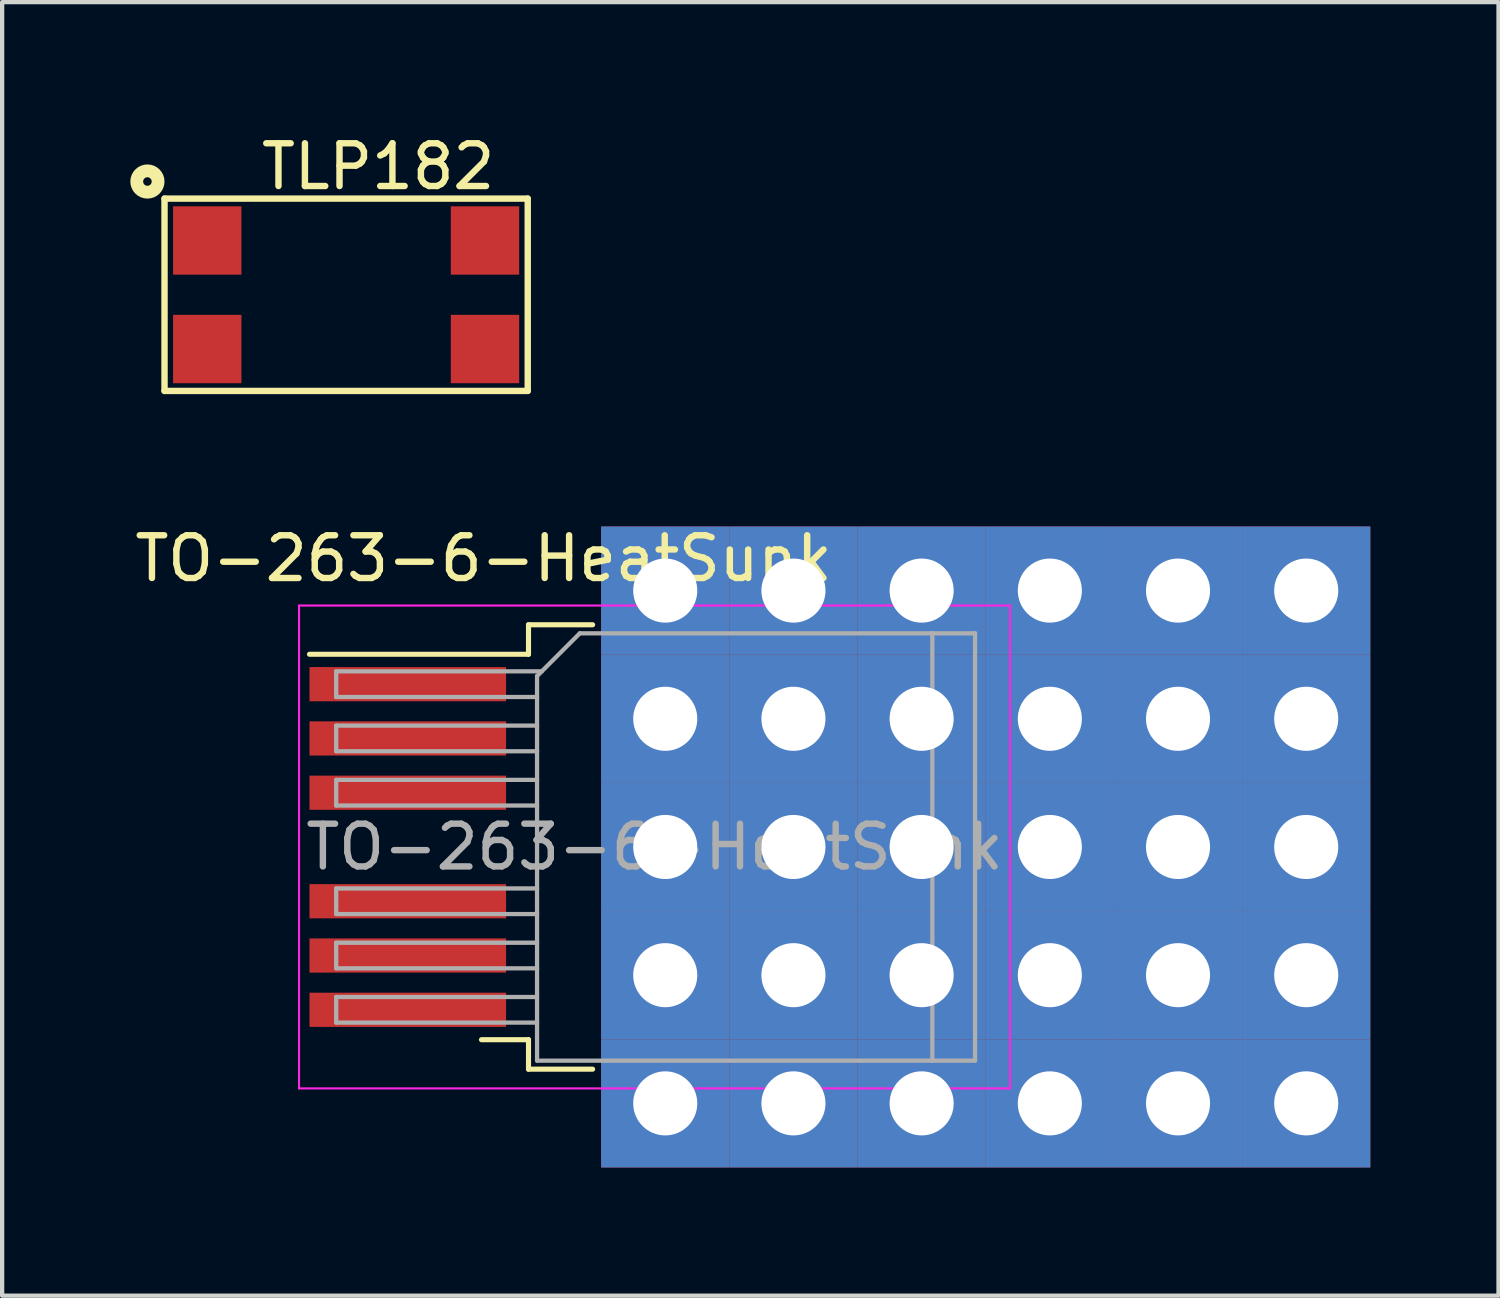
<source format=kicad_pcb>
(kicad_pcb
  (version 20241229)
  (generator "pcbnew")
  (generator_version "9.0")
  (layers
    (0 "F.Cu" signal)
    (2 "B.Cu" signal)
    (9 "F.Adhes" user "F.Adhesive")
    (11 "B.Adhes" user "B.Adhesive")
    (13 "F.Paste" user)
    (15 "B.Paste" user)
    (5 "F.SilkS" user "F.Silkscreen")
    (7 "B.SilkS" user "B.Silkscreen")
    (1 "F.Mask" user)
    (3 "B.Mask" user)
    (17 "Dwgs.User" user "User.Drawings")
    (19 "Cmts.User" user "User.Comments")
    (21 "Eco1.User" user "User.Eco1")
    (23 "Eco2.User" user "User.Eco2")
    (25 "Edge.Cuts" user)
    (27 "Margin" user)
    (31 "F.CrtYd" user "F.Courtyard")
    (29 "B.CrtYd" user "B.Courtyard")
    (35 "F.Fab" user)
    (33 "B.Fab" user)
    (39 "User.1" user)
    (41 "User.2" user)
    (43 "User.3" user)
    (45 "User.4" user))
  (footprint "TO-263-6-HeatSunk"
    (layer "F.Cu")
    (at 12.268 16.771)
    (property "Reference" "TO-263-6-HeatSunk" (at -4 -6.75 0) (layer "F.SilkS") (effects (font (size 1 1) (thickness 0.15))))
    (attr smd)
    (fp_line (start -2.95 -5.2) (end -2.95 -4.51) (stroke (width 0.12) (type solid)) (layer "F.SilkS"))
    (fp_line (start -2.95 -4.51) (end -8.075 -4.51) (stroke (width 0.12) (type solid)) (layer "F.SilkS"))
    (fp_line (start -2.95 4.51) (end -4.05 4.51) (stroke (width 0.12) (type solid)) (layer "F.SilkS"))
    (fp_line (start -2.95 5.2) (end -2.95 4.51) (stroke (width 0.12) (type solid)) (layer "F.SilkS"))
    (fp_line (start -1.45 -5.2) (end -2.95 -5.2) (stroke (width 0.12) (type solid)) (layer "F.SilkS"))
    (fp_line (start -1.45 5.2) (end -2.95 5.2) (stroke (width 0.12) (type solid)) (layer "F.SilkS"))
    (fp_line (start -8.32 -5.65) (end -8.32 5.65) (stroke (width 0.05) (type solid)) (layer "F.CrtYd"))
    (fp_line (start -8.32 5.65) (end 8.32 5.65) (stroke (width 0.05) (type solid)) (layer "F.CrtYd"))
    (fp_line (start 8.32 -5.65) (end -8.32 -5.65) (stroke (width 0.05) (type solid)) (layer "F.CrtYd"))
    (fp_line (start 8.32 5.65) (end 8.32 -5.65) (stroke (width 0.05) (type solid)) (layer "F.CrtYd"))
    (fp_line (start -7.45 -4.11) (end -7.45 -3.51) (stroke (width 0.1) (type solid)) (layer "F.Fab"))
    (fp_line (start -7.45 -3.51) (end -2.75 -3.51) (stroke (width 0.1) (type solid)) (layer "F.Fab"))
    (fp_line (start -7.45 -2.84) (end -7.45 -2.24) (stroke (width 0.1) (type solid)) (layer "F.Fab"))
    (fp_line (start -7.45 -2.24) (end -2.75 -2.24) (stroke (width 0.1) (type solid)) (layer "F.Fab"))
    (fp_line (start -7.45 -1.57) (end -7.45 -0.97) (stroke (width 0.1) (type solid)) (layer "F.Fab"))
    (fp_line (start -7.45 -0.97) (end -2.75 -0.97) (stroke (width 0.1) (type solid)) (layer "F.Fab"))
    (fp_line (start -7.45 0.97) (end -7.45 1.57) (stroke (width 0.1) (type solid)) (layer "F.Fab"))
    (fp_line (start -7.45 1.57) (end -2.75 1.57) (stroke (width 0.1) (type solid)) (layer "F.Fab"))
    (fp_line (start -7.45 2.24) (end -7.45 2.84) (stroke (width 0.1) (type solid)) (layer "F.Fab"))
    (fp_line (start -7.45 2.84) (end -2.75 2.84) (stroke (width 0.1) (type solid)) (layer "F.Fab"))
    (fp_line (start -7.45 3.51) (end -7.45 4.11) (stroke (width 0.1) (type solid)) (layer "F.Fab"))
    (fp_line (start -7.45 4.11) (end -2.75 4.11) (stroke (width 0.1) (type solid)) (layer "F.Fab"))
    (fp_line (start -2.75 -4) (end -1.75 -5) (stroke (width 0.1) (type solid)) (layer "F.Fab"))
    (fp_line (start -2.75 -2.84) (end -7.45 -2.84) (stroke (width 0.1) (type solid)) (layer "F.Fab"))
    (fp_line (start -2.75 -1.57) (end -7.45 -1.57) (stroke (width 0.1) (type solid)) (layer "F.Fab"))
    (fp_line (start -2.75 0.97) (end -7.45 0.97) (stroke (width 0.1) (type solid)) (layer "F.Fab"))
    (fp_line (start -2.75 2.24) (end -7.45 2.24) (stroke (width 0.1) (type solid)) (layer "F.Fab"))
    (fp_line (start -2.75 3.51) (end -7.45 3.51) (stroke (width 0.1) (type solid)) (layer "F.Fab"))
    (fp_line (start -2.75 5) (end -2.75 -4) (stroke (width 0.1) (type solid)) (layer "F.Fab"))
    (fp_line (start -2.64 -4.11) (end -7.45 -4.11) (stroke (width 0.1) (type solid)) (layer "F.Fab"))
    (fp_line (start -1.75 -5) (end 6.5 -5) (stroke (width 0.1) (type solid)) (layer "F.Fab"))
    (fp_line (start 6.5 -5) (end 6.5 5) (stroke (width 0.1) (type solid)) (layer "F.Fab"))
    (fp_line (start 6.5 -5) (end 7.5 -5) (stroke (width 0.1) (type solid)) (layer "F.Fab"))
    (fp_line (start 6.5 5) (end -2.75 5) (stroke (width 0.1) (type solid)) (layer "F.Fab"))
    (fp_line (start 7.5 -5) (end 7.5 5) (stroke (width 0.1) (type solid)) (layer "F.Fab"))
    (fp_line (start 7.5 5) (end 6.5 5) (stroke (width 0.1) (type solid)) (layer "F.Fab"))
    (fp_text user "${REFERENCE}" (at 0 0 0) (layer "F.Fab") (effects (font (size 1 1) (thickness 0.15))))
    (pad "1" smd rect (at -5.775 -3.81) (size 4.6 0.8) (layers "F.Cu" "F.Mask" "F.Paste"))
    (pad "2" smd rect (at -5.775 -2.54) (size 4.6 0.8) (layers "F.Cu" "F.Mask" "F.Paste"))
    (pad "3" smd rect (at -5.775 -1.27) (size 4.6 0.8) (layers "F.Cu" "F.Mask" "F.Paste"))
    (pad "4" thru_hole rect (at 0.25 -6) (size 3 3) (drill 1.5) (layers "*.Cu" "*.Mask"))
    (pad "4" thru_hole rect (at 0.25 -3) (size 3 3) (drill 1.5) (layers "*.Cu" "*.Mask"))
    (pad "4" thru_hole rect (at 0.25 0) (size 3 3) (drill 1.5) (layers "*.Cu" "*.Mask"))
    (pad "4" thru_hole rect (at 0.25 3) (size 3 3) (drill 1.5) (layers "*.Cu" "*.Mask"))
    (pad "4" thru_hole rect (at 0.25 6) (size 3 3) (drill 1.5) (layers "*.Cu" "*.Mask"))
    (pad "4" thru_hole rect (at 3.25 -6) (size 3 3) (drill 1.5) (layers "*.Cu" "*.Mask"))
    (pad "4" thru_hole rect (at 3.25 -3) (size 3 3) (drill 1.5) (layers "*.Cu" "*.Mask"))
    (pad "4" thru_hole rect (at 3.25 0) (size 3 3) (drill 1.5) (layers "*.Cu" "*.Mask"))
    (pad "4" thru_hole rect (at 3.25 3) (size 3 3) (drill 1.5) (layers "*.Cu" "*.Mask"))
    (pad "4" thru_hole rect (at 3.25 6) (size 3 3) (drill 1.5) (layers "*.Cu" "*.Mask"))
    (pad "4" thru_hole rect (at 6.25 -6) (size 3 3) (drill 1.5) (layers "*.Cu" "*.Mask"))
    (pad "4" thru_hole rect (at 6.25 -3) (size 3 3) (drill 1.5) (layers "*.Cu" "*.Mask"))
    (pad "4" thru_hole rect (at 6.25 0) (size 3 3) (drill 1.5) (layers "*.Cu" "*.Mask"))
    (pad "4" thru_hole rect (at 6.25 3) (size 3 3) (drill 1.5) (layers "*.Cu" "*.Mask"))
    (pad "4" thru_hole rect (at 6.25 6) (size 3 3) (drill 1.5) (layers "*.Cu" "*.Mask"))
    (pad "4" thru_hole rect (at 9.25 -6) (size 3 3) (drill 1.5) (layers "*.Cu" "*.Mask"))
    (pad "4" thru_hole rect (at 9.25 -3) (size 3 3) (drill 1.5) (layers "*.Cu" "*.Mask"))
    (pad "4" thru_hole rect (at 9.25 0) (size 3 3) (drill 1.5) (layers "*.Cu" "*.Mask"))
    (pad "4" thru_hole rect (at 9.25 3) (size 3 3) (drill 1.5) (layers "*.Cu" "*.Mask"))
    (pad "4" thru_hole rect (at 9.25 6) (size 3 3) (drill 1.5) (layers "*.Cu" "*.Mask"))
    (pad "4" thru_hole rect (at 12.25 -6) (size 3 3) (drill 1.5) (layers "*.Cu" "*.Mask"))
    (pad "4" thru_hole rect (at 12.25 -3) (size 3 3) (drill 1.5) (layers "*.Cu" "*.Mask"))
    (pad "4" thru_hole rect (at 12.25 0) (size 3 3) (drill 1.5) (layers "*.Cu" "*.Mask"))
    (pad "4" thru_hole rect (at 12.25 3) (size 3 3) (drill 1.5) (layers "*.Cu" "*.Mask"))
    (pad "4" thru_hole rect (at 12.25 6) (size 3 3) (drill 1.5) (layers "*.Cu" "*.Mask"))
    (pad "4" thru_hole rect (at 15.25 -6) (size 3 3) (drill 1.5) (layers "*.Cu" "*.Mask"))
    (pad "4" thru_hole rect (at 15.25 -3) (size 3 3) (drill 1.5) (layers "*.Cu" "*.Mask"))
    (pad "4" thru_hole rect (at 15.25 0) (size 3 3) (drill 1.5) (layers "*.Cu" "*.Mask"))
    (pad "4" thru_hole rect (at 15.25 3) (size 3 3) (drill 1.5) (layers "*.Cu" "*.Mask"))
    (pad "4" thru_hole rect (at 15.25 6) (size 3 3) (drill 1.5) (layers "*.Cu" "*.Mask"))
    (pad "5" smd rect (at -5.775 1.27) (size 4.6 0.8) (layers "F.Cu" "F.Mask" "F.Paste"))
    (pad "6" smd rect (at -5.775 2.54) (size 4.6 0.8) (layers "F.Cu" "F.Mask" "F.Paste"))
    (pad "7" smd rect (at -5.775 3.81) (size 4.6 0.8) (layers "F.Cu" "F.Mask" "F.Paste")))
  (footprint "TLP182"
    (layer "F.Cu")
    (at 5.05 3.848)
    (property "Reference" "TLP182" (at 0.75 -3 180) (layer "F.SilkS") (effects (font (size 1 1) (thickness 0.15))))
    (attr smd)
    (fp_line (start -4.25 -2.25) (end -4.25 2.25) (stroke (width 0.15) (type solid)) (layer "F.SilkS"))
    (fp_line (start -4.25 -2.25) (end 4.25 -2.25) (stroke (width 0.15) (type solid)) (layer "F.SilkS"))
    (fp_line (start -4.25 2.25) (end 4.25 2.25) (stroke (width 0.15) (type solid)) (layer "F.SilkS"))
    (fp_line (start 4.25 -2.25) (end 4.25 2.25) (stroke (width 0.15) (type solid)) (layer "F.SilkS"))
    (fp_circle (center -4.65 -2.65) (end -4.65 -2.4) (stroke (width 0.3) (type solid)) (fill no) (layer "F.SilkS"))
    (pad "1" smd rect (at -3.25 -1.27) (size 1.6 1.6) (layers "F.Cu" "F.Mask" "F.Paste"))
    (pad "3" smd rect (at -3.25 1.27) (size 1.6 1.6) (layers "F.Cu" "F.Mask" "F.Paste"))
    (pad "4" smd rect (at 3.25 1.27) (size 1.6 1.6) (layers "F.Cu" "F.Mask" "F.Paste"))
    (pad "6" smd rect (at 3.25 -1.27) (size 1.6 1.6) (layers "F.Cu" "F.Mask" "F.Paste")))
  (gr_rect
    (start -3 -3)
    (end 32.018 27.271)
    (stroke (width 0.1) (type default))
    (fill no)
    (layer "Edge.Cuts")))
</source>
